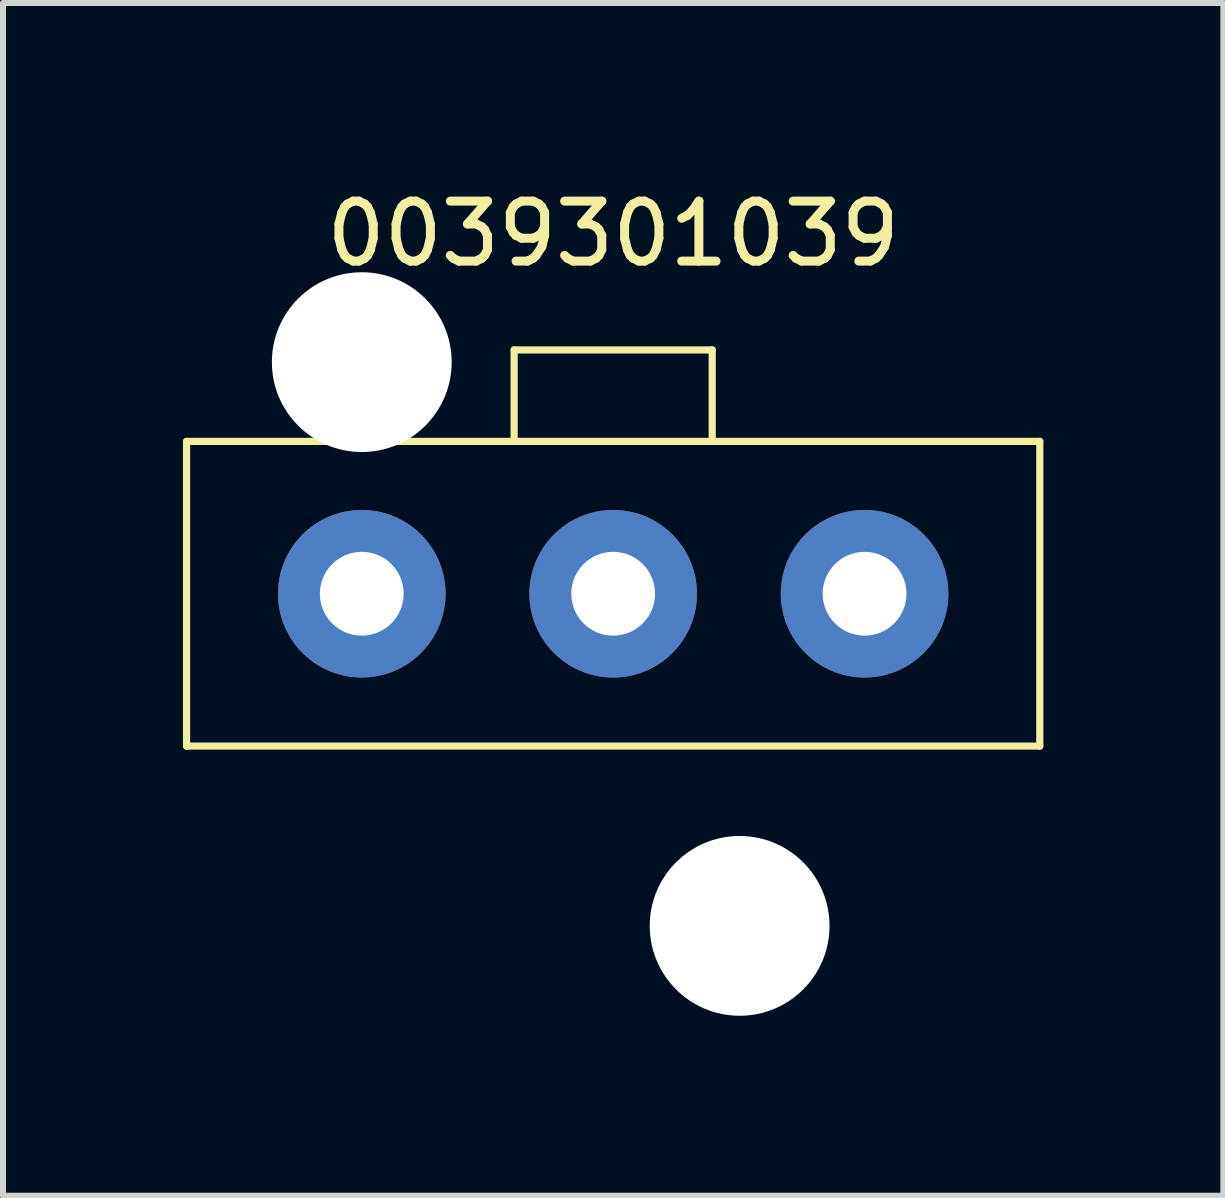
<source format=kicad_pcb>
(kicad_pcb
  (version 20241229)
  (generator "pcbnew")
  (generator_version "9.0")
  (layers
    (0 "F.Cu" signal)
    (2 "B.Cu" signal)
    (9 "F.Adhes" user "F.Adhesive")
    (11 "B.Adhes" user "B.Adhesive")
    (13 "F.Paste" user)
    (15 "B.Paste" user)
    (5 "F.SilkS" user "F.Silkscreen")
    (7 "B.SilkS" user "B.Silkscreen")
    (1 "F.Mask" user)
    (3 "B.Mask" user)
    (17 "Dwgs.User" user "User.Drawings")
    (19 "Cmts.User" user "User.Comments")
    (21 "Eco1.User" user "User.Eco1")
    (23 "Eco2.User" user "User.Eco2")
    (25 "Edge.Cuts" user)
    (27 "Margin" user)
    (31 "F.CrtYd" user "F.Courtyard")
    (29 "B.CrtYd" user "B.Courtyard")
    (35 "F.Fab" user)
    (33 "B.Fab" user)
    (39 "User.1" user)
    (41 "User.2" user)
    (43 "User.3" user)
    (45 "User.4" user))
  (footprint "0039301039"
    (layer "F.Cu")
    (at 7.172 6.848)
    (property "Reference" "0039301039" (at 0 -6 0) (layer "F.SilkS") (effects (font (size 1 1) (thickness 0.15))))
    (attr through_hole)
    (fp_line (start -7.112 -2.54) (end -7.112 2.54) (stroke (width 0.12) (type solid)) (layer "F.SilkS"))
    (fp_line (start -1.651 -4.064) (end -1.651 -2.54) (stroke (width 0.12) (type solid)) (layer "F.SilkS"))
    (fp_line (start -1.651 -4.064) (end 1.651 -4.064) (stroke (width 0.12) (type solid)) (layer "F.SilkS"))
    (fp_line (start 1.651 -4.064) (end 1.651 -2.54) (stroke (width 0.12) (type solid)) (layer "F.SilkS"))
    (fp_line (start 7.112 -2.54) (end -7.112 -2.54) (stroke (width 0.12) (type solid)) (layer "F.SilkS"))
    (fp_line (start 7.112 -2.54) (end 7.112 2.54) (stroke (width 0.12) (type solid)) (layer "F.SilkS"))
    (fp_line (start 7.112 2.54) (end -7.112 2.54) (stroke (width 0.12) (type solid)) (layer "F.SilkS"))
    (pad "" np_thru_hole circle (at -4.191 -3.861) (size 2.997 2.997) (drill 2.997) (layers "*.Cu" "*.Mask"))
    (pad "" np_thru_hole circle (at 2.108 5.537) (size 2.997 2.997) (drill 2.997) (layers "*.Cu" "*.Mask"))
    (pad "1" thru_hole circle (at -4.191 0) (size 2.794 2.794) (drill 1.397) (layers "*.Cu" "*.Mask"))
    (pad "2" thru_hole circle (at 0 0) (size 2.794 2.794) (drill 1.397) (layers "*.Cu" "*.Mask"))
    (pad "3" thru_hole circle (at 4.191 0) (size 2.794 2.794) (drill 1.397) (layers "*.Cu" "*.Mask")))
  (gr_rect
    (start -3 -3)
    (end 17.344 16.884)
    (stroke (width 0.1) (type default))
    (fill no)
    (layer "Edge.Cuts")))
</source>
